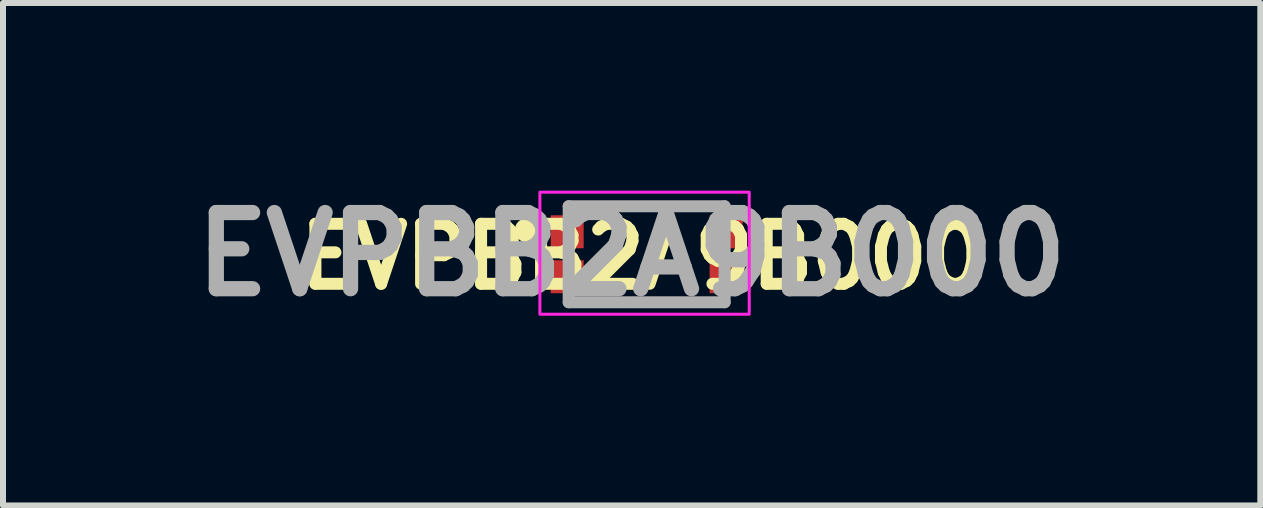
<source format=kicad_pcb>
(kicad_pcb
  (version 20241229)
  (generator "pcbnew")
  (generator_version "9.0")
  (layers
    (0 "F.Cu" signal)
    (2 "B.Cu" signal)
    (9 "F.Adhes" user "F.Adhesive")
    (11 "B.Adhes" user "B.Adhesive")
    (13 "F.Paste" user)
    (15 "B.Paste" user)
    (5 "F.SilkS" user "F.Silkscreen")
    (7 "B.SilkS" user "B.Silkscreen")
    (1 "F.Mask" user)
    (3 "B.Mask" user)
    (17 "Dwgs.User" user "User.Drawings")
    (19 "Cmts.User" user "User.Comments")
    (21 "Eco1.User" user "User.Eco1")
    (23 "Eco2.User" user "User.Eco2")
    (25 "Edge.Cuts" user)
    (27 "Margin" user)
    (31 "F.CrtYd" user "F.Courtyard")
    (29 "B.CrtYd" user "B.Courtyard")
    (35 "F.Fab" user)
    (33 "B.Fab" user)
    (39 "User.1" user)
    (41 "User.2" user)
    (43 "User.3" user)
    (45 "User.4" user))
  (footprint "EVPBB2A9B000"
    (layer "F.Cu")
    (at 7.481 1.189)
    (property "Reference" "EVPBB2A9B000" (at 0.18 0.04 0) (layer "F.SilkS") (effects (font (size 1 1) (thickness 0.2))))
    (attr smd)
    (fp_line (start -1.75 -0.5) (end -1.75 -0.5) (stroke (width 0.2) (type solid)) (layer "F.SilkS"))
    (fp_line (start -1.75 -0.3) (end -1.75 -0.3) (stroke (width 0.2) (type solid)) (layer "F.SilkS"))
    (fp_line (start -1.075 0.8) (end 1.575 0.8) (stroke (width 0.1) (type solid)) (layer "F.SilkS"))
    (fp_line (start -1.05 -0.8) (end 1.55 -0.8) (stroke (width 0.1) (type solid)) (layer "F.SilkS"))
    (fp_arc (start -1.75 -0.5) (mid -1.65 -0.4) (end -1.75 -0.3) (stroke (width 0.2) (type solid)) (layer "F.SilkS"))
    (fp_arc (start -1.75 -0.3) (mid -1.85 -0.4) (end -1.75 -0.5) (stroke (width 0.2) (type solid)) (layer "F.SilkS"))
    (fp_rect (start -1.53 -1.035) (end 1.96 1) (stroke (width 0.05) (type default)) (fill no) (layer "F.CrtYd"))
    (fp_line (start -1.05 -0.8) (end 1.55 -0.8) (stroke (width 0.2) (type solid)) (layer "F.Fab"))
    (fp_line (start -1.05 0.8) (end -1.05 -0.8) (stroke (width 0.2) (type solid)) (layer "F.Fab"))
    (fp_line (start 1.55 -0.8) (end 1.55 0.8) (stroke (width 0.2) (type solid)) (layer "F.Fab"))
    (fp_line (start 1.55 0.8) (end -1.05 0.8) (stroke (width 0.2) (type solid)) (layer "F.Fab"))
    (fp_text user "${REFERENCE}" (at 0 0 0) (layer "F.Fab") (effects (font (size 1.27 1.27) (thickness 0.254))))
    (pad "1" smd rect (at -1.075 -0.375 90) (size 0.55 0.55) (layers "F.Cu" "F.Mask" "F.Paste"))
    (pad "2" smd rect (at -1.075 0.375 90) (size 0.55 0.55) (layers "F.Cu" "F.Mask" "F.Paste"))
    (pad "3" smd rect (at 1.575 0.375 90) (size 0.55 0.55) (layers "F.Cu" "F.Mask" "F.Paste"))
    (pad "4" smd rect (at 1.575 -0.375 90) (size 0.55 0.55) (layers "F.Cu" "F.Mask" "F.Paste")))
  (gr_rect
    (start -3 -3)
    (end 17.962 5.377)
    (stroke (width 0.1) (type default))
    (fill no)
    (layer "Edge.Cuts")))
</source>
